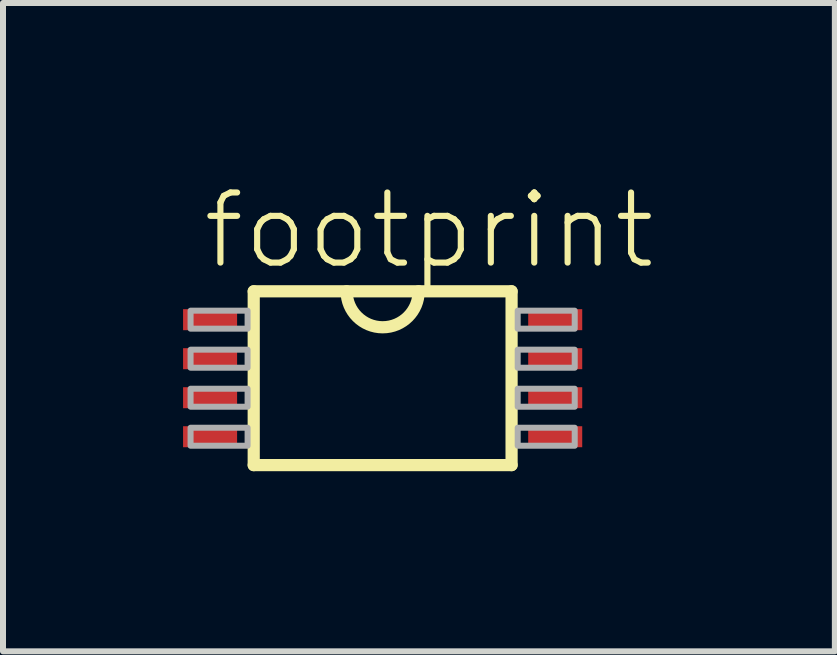
<source format=kicad_pcb>
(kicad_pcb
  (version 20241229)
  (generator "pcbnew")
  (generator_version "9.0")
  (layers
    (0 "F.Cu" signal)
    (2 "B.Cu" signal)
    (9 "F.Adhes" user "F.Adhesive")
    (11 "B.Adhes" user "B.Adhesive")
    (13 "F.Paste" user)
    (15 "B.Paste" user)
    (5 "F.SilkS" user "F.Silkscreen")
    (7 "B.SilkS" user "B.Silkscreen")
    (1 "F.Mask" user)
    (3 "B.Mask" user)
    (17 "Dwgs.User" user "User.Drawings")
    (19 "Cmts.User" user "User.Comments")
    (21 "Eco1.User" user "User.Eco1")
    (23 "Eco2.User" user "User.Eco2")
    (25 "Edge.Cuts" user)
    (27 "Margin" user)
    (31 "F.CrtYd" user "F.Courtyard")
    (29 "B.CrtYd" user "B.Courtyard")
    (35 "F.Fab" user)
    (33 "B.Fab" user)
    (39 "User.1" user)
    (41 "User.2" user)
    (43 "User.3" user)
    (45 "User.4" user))
  (footprint "footprint"
    (layer "F.Cu")
    (at 3.325 3.251)
    (property "Reference" "footprint" (at -3.048 -1.778 0) (layer "F.SilkS") (effects (font (size 1.168 1.168) (thickness 0.102)) (justify left bottom)))
    (fp_line (start -2.148 -1.448) (end -2.148 1.448) (stroke (width 0.203) (type solid)) (layer "F.SilkS"))
    (fp_line (start -2.148 1.448) (end 2.148 1.448) (stroke (width 0.203) (type solid)) (layer "F.SilkS"))
    (fp_line (start 2.148 -1.448) (end -2.148 -1.448) (stroke (width 0.203) (type solid)) (layer "F.SilkS"))
    (fp_line (start 2.148 1.448) (end 2.148 -1.448) (stroke (width 0.203) (type solid)) (layer "F.SilkS"))
    (fp_arc (start 0.6 -1.4484) (mid 0 -0.8484) (end -0.6 -1.4484) (stroke (width 0.2032) (type solid)) (layer "F.SilkS"))
    (fp_poly (pts (xy -3.2 -0.825) (xy -2.25 -0.825) (xy -2.25 -1.125) (xy -3.2 -1.125)) (stroke (width 0.1) (type solid)) (fill no) (layer "F.Fab"))
    (fp_poly (pts (xy -3.2 -0.175) (xy -2.25 -0.175) (xy -2.25 -0.475) (xy -3.2 -0.475)) (stroke (width 0.1) (type solid)) (fill no) (layer "F.Fab"))
    (fp_poly (pts (xy -3.2 0.475) (xy -2.25 0.475) (xy -2.25 0.175) (xy -3.2 0.175)) (stroke (width 0.1) (type solid)) (fill no) (layer "F.Fab"))
    (fp_poly (pts (xy -3.2 1.125) (xy -2.25 1.125) (xy -2.25 0.825) (xy -3.2 0.825)) (stroke (width 0.1) (type solid)) (fill no) (layer "F.Fab"))
    (fp_poly (pts (xy 2.25 -0.825) (xy 3.2 -0.825) (xy 3.2 -1.125) (xy 2.25 -1.125)) (stroke (width 0.1) (type solid)) (fill no) (layer "F.Fab"))
    (fp_poly (pts (xy 3.2 -0.475) (xy 2.25 -0.475) (xy 2.25 -0.175) (xy 3.2 -0.175)) (stroke (width 0.1) (type solid)) (fill no) (layer "F.Fab"))
    (fp_poly (pts (xy 3.2 0.175) (xy 2.25 0.175) (xy 2.25 0.475) (xy 3.2 0.475)) (stroke (width 0.1) (type solid)) (fill no) (layer "F.Fab"))
    (fp_poly (pts (xy 3.2 0.825) (xy 2.25 0.825) (xy 2.25 1.125) (xy 3.2 1.125)) (stroke (width 0.1) (type solid)) (fill no) (layer "F.Fab"))
    (pad "1" smd rect (at -2.875 -0.975) (size 0.9 0.35) (layers "F.Cu" "F.Mask" "F.Paste"))
    (pad "2" smd rect (at -2.875 -0.325) (size 0.9 0.35) (layers "F.Cu" "F.Mask" "F.Paste"))
    (pad "3" smd rect (at -2.875 0.325) (size 0.9 0.35) (layers "F.Cu" "F.Mask" "F.Paste"))
    (pad "4" smd rect (at -2.875 0.975) (size 0.9 0.35) (layers "F.Cu" "F.Mask" "F.Paste"))
    (pad "5" smd rect (at 2.875 0.975 180) (size 0.9 0.35) (layers "F.Cu" "F.Mask" "F.Paste"))
    (pad "6" smd rect (at 2.875 0.325 180) (size 0.9 0.35) (layers "F.Cu" "F.Mask" "F.Paste"))
    (pad "7" smd rect (at 2.875 -0.325 180) (size 0.9 0.35) (layers "F.Cu" "F.Mask" "F.Paste"))
    (pad "8" smd rect (at 2.875 -0.975 180) (size 0.9 0.35) (layers "F.Cu" "F.Mask" "F.Paste")))
  (gr_rect
    (start -3 -3)
    (end 10.859 7.801)
    (stroke (width 0.1) (type default))
    (fill no)
    (layer "Edge.Cuts")))
</source>
